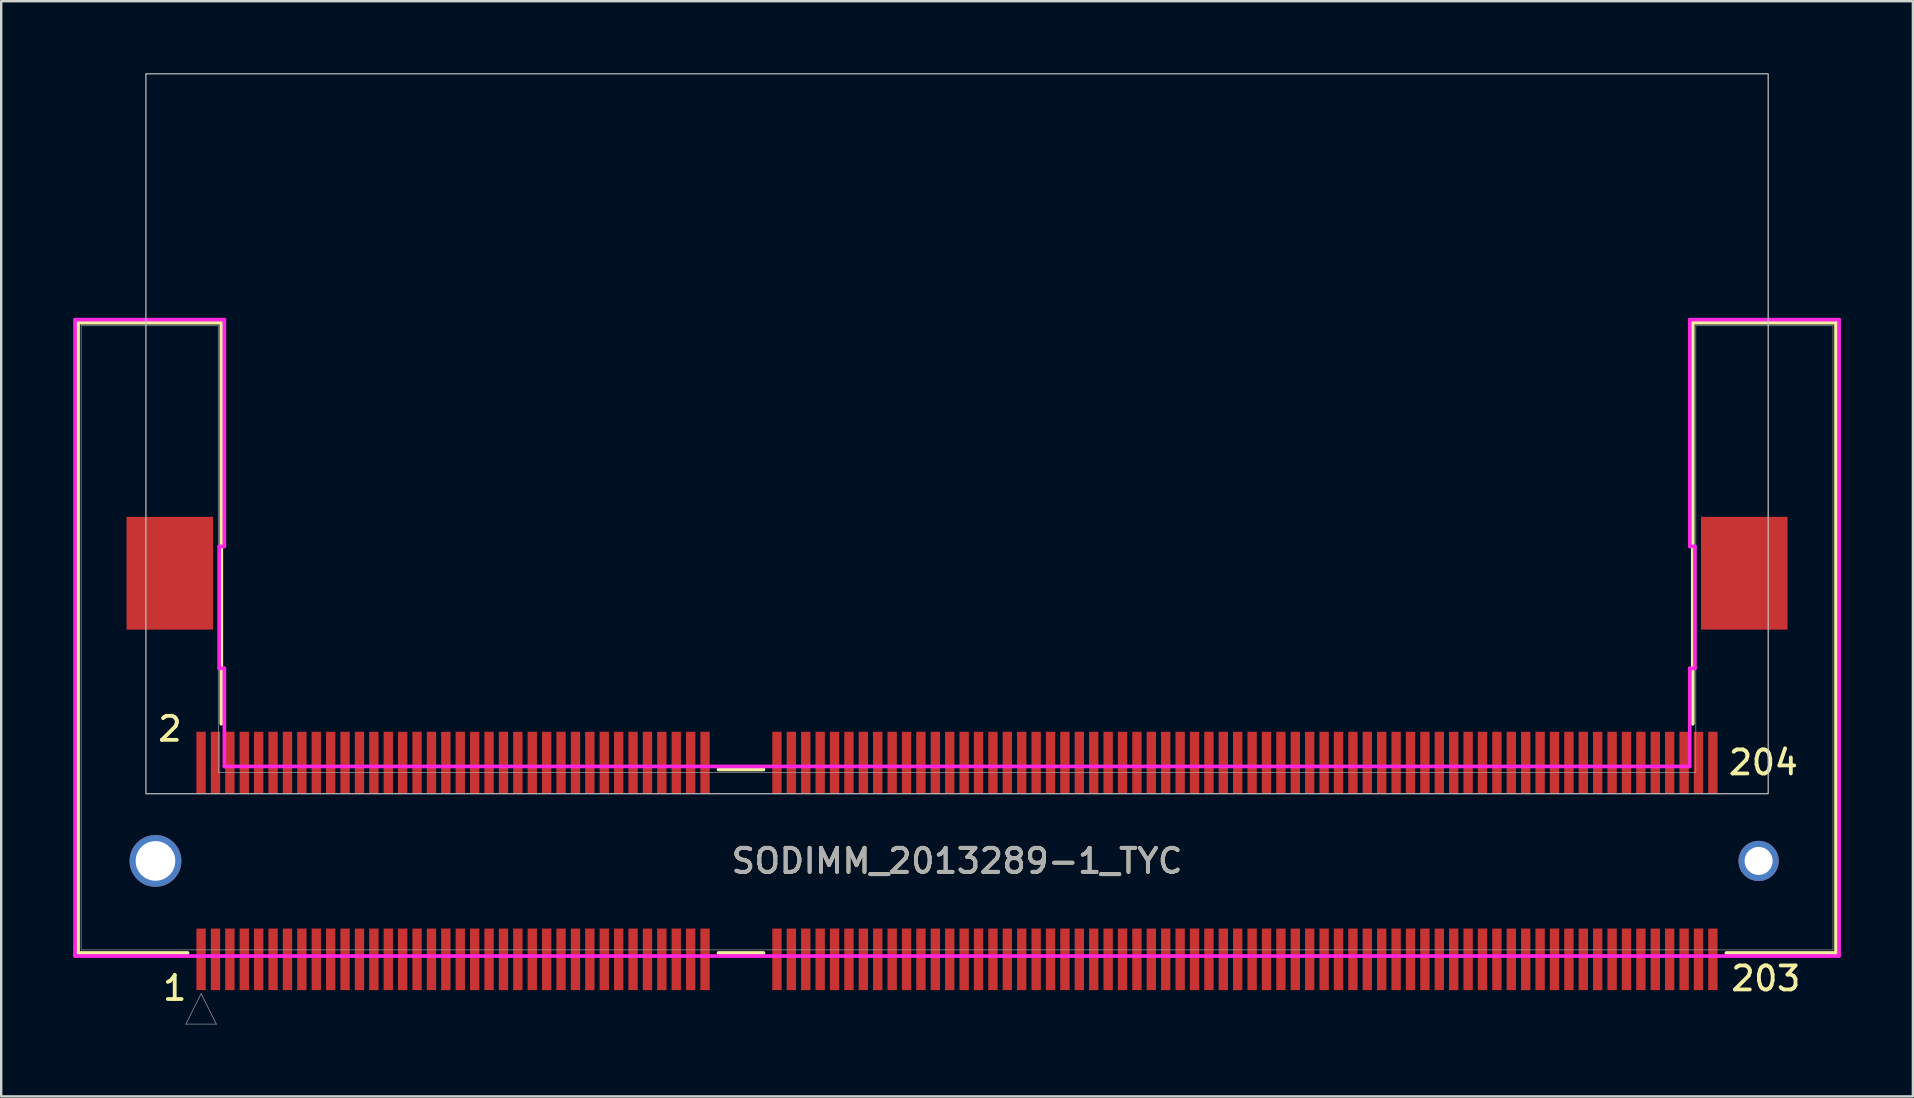
<source format=kicad_pcb>
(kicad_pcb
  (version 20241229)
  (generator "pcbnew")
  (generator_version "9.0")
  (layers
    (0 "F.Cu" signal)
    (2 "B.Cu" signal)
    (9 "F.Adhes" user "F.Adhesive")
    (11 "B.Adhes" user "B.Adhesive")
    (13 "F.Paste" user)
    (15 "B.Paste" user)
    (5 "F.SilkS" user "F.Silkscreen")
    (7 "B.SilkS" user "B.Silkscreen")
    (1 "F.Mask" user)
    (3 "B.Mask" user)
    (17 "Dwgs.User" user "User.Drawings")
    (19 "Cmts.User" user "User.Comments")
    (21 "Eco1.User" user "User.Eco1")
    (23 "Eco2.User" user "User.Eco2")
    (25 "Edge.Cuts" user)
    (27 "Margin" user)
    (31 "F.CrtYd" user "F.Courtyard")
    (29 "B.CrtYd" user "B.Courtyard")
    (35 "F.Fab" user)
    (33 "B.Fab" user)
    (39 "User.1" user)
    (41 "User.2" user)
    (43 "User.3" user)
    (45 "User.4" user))
  (footprint "SODIMM_2013289-1_TYC"
    (layer "F.Cu")
    (at 36.83 32.825)
    (property "Reference" "SODIMM_2013289-1_TYC" (at 0 0 0) (unlocked yes) (layer "F.SilkS") (effects (font (size 1 1) (thickness 0.16))))
    (attr smd)
    (fp_line (start -36.627 -22.428) (end -30.658 -22.428) (stroke (width 0.152) (type solid)) (layer "F.SilkS"))
    (fp_line (start -36.627 3.835) (end -36.627 -22.428) (stroke (width 0.152) (type solid)) (layer "F.SilkS"))
    (fp_line (start -32.063 3.835) (end -36.627 3.835) (stroke (width 0.152) (type solid)) (layer "F.SilkS"))
    (fp_line (start -30.658 -22.428) (end -30.658 -5.715) (stroke (width 0.152) (type solid)) (layer "F.SilkS"))
    (fp_line (start -9.94 -3.81) (end -8.065 -3.81) (stroke (width 0.152) (type solid)) (layer "F.SilkS"))
    (fp_line (start -8.065 3.835) (end -9.94 3.835) (stroke (width 0.152) (type solid)) (layer "F.SilkS"))
    (fp_line (start 30.658 -22.428) (end 36.627 -22.428) (stroke (width 0.152) (type solid)) (layer "F.SilkS"))
    (fp_line (start 30.658 -5.715) (end 30.658 -22.428) (stroke (width 0.152) (type solid)) (layer "F.SilkS"))
    (fp_line (start 36.627 -22.428) (end 36.627 3.835) (stroke (width 0.152) (type solid)) (layer "F.SilkS"))
    (fp_line (start 36.627 3.835) (end 32.057 3.835) (stroke (width 0.152) (type solid)) (layer "F.SilkS"))
    (fp_rect (start -33.8 -32.8) (end 33.8 -2.8) (stroke (width 0.05) (type default)) (fill no) (layer "Dwgs.User"))
    (fp_line (start -36.754 -22.555) (end -30.531 -22.555) (stroke (width 0.152) (type solid)) (layer "F.CrtYd"))
    (fp_line (start -36.754 3.962) (end -36.754 -22.555) (stroke (width 0.152) (type solid)) (layer "F.CrtYd"))
    (fp_line (start -30.747 -13.106) (end -30.747 -8.026) (stroke (width 0.152) (type solid)) (layer "F.CrtYd"))
    (fp_line (start -30.747 -8.026) (end -30.531 -8.026) (stroke (width 0.152) (type solid)) (layer "F.CrtYd"))
    (fp_line (start -30.531 -22.555) (end -30.531 -13.106) (stroke (width 0.152) (type solid)) (layer "F.CrtYd"))
    (fp_line (start -30.531 -13.106) (end -30.747 -13.106) (stroke (width 0.152) (type solid)) (layer "F.CrtYd"))
    (fp_line (start -30.531 -8.026) (end -30.531 -3.937) (stroke (width 0.152) (type solid)) (layer "F.CrtYd"))
    (fp_line (start -30.531 -3.937) (end 30.531 -3.937) (stroke (width 0.152) (type solid)) (layer "F.CrtYd"))
    (fp_line (start 30.531 -22.555) (end 36.754 -22.555) (stroke (width 0.152) (type solid)) (layer "F.CrtYd"))
    (fp_line (start 30.531 -13.106) (end 30.531 -22.555) (stroke (width 0.152) (type solid)) (layer "F.CrtYd"))
    (fp_line (start 30.531 -8.026) (end 30.747 -8.026) (stroke (width 0.152) (type solid)) (layer "F.CrtYd"))
    (fp_line (start 30.531 -3.937) (end 30.531 -8.026) (stroke (width 0.152) (type solid)) (layer "F.CrtYd"))
    (fp_line (start 30.747 -13.106) (end 30.531 -13.106) (stroke (width 0.152) (type solid)) (layer "F.CrtYd"))
    (fp_line (start 30.747 -8.026) (end 30.747 -13.106) (stroke (width 0.152) (type solid)) (layer "F.CrtYd"))
    (fp_line (start 36.754 -22.555) (end 36.754 3.962) (stroke (width 0.152) (type solid)) (layer "F.CrtYd"))
    (fp_line (start 36.754 3.962) (end -36.754 3.962) (stroke (width 0.152) (type solid)) (layer "F.CrtYd"))
    (fp_line (start -36.5 -22.301) (end -30.785 -22.301) (stroke (width 0.025) (type solid)) (layer "F.Fab"))
    (fp_line (start -36.5 3.708) (end -36.5 -22.301) (stroke (width 0.025) (type solid)) (layer "F.Fab"))
    (fp_line (start -32.135 6.8) (end -31.5 5.53) (stroke (width 0.025) (type solid)) (layer "F.Fab"))
    (fp_line (start -31.5 5.53) (end -30.865 6.8) (stroke (width 0.025) (type solid)) (layer "F.Fab"))
    (fp_line (start -30.865 6.8) (end -32.135 6.8) (stroke (width 0.025) (type solid)) (layer "F.Fab"))
    (fp_line (start -30.785 -22.301) (end -30.785 -3.683) (stroke (width 0.025) (type solid)) (layer "F.Fab"))
    (fp_line (start -30.785 -3.683) (end 30.785 -3.683) (stroke (width 0.025) (type solid)) (layer "F.Fab"))
    (fp_line (start 30.785 -22.301) (end 36.5 -22.301) (stroke (width 0.025) (type solid)) (layer "F.Fab"))
    (fp_line (start 30.785 -3.683) (end 30.785 -22.301) (stroke (width 0.025) (type solid)) (layer "F.Fab"))
    (fp_line (start 36.5 -22.301) (end 36.5 3.708) (stroke (width 0.025) (type solid)) (layer "F.Fab"))
    (fp_line (start 36.5 3.708) (end -36.5 3.708) (stroke (width 0.025) (type solid)) (layer "F.Fab"))
    (fp_text user "1" (at -32.6 5.3 0) (unlocked yes) (layer "F.SilkS") (effects (font (size 1 1) (thickness 0.16))))
    (fp_text user "2" (at -32.8 -5.5 0) (unlocked yes) (layer "F.SilkS") (effects (font (size 1 1) (thickness 0.16))))
    (fp_text user "204" (at 33.6 -4.1 0) (unlocked yes) (layer "F.SilkS") (effects (font (size 1 1) (thickness 0.16))))
    (fp_text user "203" (at 33.7 4.9 0) (unlocked yes) (layer "F.SilkS") (effects (font (size 1 1) (thickness 0.16))))
    (fp_text user "${REFERENCE}" (at 0 0 0) (unlocked yes) (layer "F.Fab") (effects (font (size 1 1) (thickness 0.16))))
    (pad "" smd rect (at -33.8 -13.3) (size 1.4 1.9) (layers "F.Paste"))
    (pad "" smd rect (at -33.8 -10.7) (size 1.4 1.9) (layers "F.Paste"))
    (pad "" smd rect (at -31.8 -13.3) (size 1.4 1.9) (layers "F.Paste"))
    (pad "" smd rect (at -31.8 -10.7) (size 1.4 1.9) (layers "F.Paste"))
    (pad "" smd rect (at 31.8 -13.3) (size 1.4 1.9) (layers "F.Paste"))
    (pad "" smd rect (at 31.8 -10.7) (size 1.4 1.9) (layers "F.Paste"))
    (pad "" smd rect (at 33.8 -13.3) (size 1.4 1.9) (layers "F.Paste"))
    (pad "" smd rect (at 33.8 -10.7) (size 1.4 1.9) (layers "F.Paste"))
    (pad "1" smd rect (at -31.501 4.1) (size 0.39 2.565) (layers "F.Cu" "F.Mask" "F.Paste"))
    (pad "2" smd rect (at -31.501 -4.1) (size 0.39 2.565) (layers "F.Cu" "F.Mask" "F.Paste"))
    (pad "3" smd rect (at -30.901 4.1) (size 0.39 2.565) (layers "F.Cu" "F.Mask" "F.Paste"))
    (pad "4" smd rect (at -30.901 -4.1) (size 0.39 2.565) (layers "F.Cu" "F.Mask" "F.Paste"))
    (pad "5" smd rect (at -30.301 4.1) (size 0.39 2.565) (layers "F.Cu" "F.Mask" "F.Paste"))
    (pad "6" smd rect (at -30.301 -4.1) (size 0.39 2.565) (layers "F.Cu" "F.Mask" "F.Paste"))
    (pad "7" smd rect (at -29.701 4.1) (size 0.39 2.565) (layers "F.Cu" "F.Mask" "F.Paste"))
    (pad "8" smd rect (at -29.701 -4.1) (size 0.39 2.565) (layers "F.Cu" "F.Mask" "F.Paste"))
    (pad "9" smd rect (at -29.101 4.1) (size 0.39 2.565) (layers "F.Cu" "F.Mask" "F.Paste"))
    (pad "10" smd rect (at -29.101 -4.1) (size 0.39 2.565) (layers "F.Cu" "F.Mask" "F.Paste"))
    (pad "11" smd rect (at -28.501 4.1) (size 0.39 2.565) (layers "F.Cu" "F.Mask" "F.Paste"))
    (pad "12" smd rect (at -28.501 -4.1) (size 0.39 2.565) (layers "F.Cu" "F.Mask" "F.Paste"))
    (pad "13" smd rect (at -27.901 4.1) (size 0.39 2.565) (layers "F.Cu" "F.Mask" "F.Paste"))
    (pad "14" smd rect (at -27.901 -4.1) (size 0.39 2.565) (layers "F.Cu" "F.Mask" "F.Paste"))
    (pad "15" smd rect (at -27.301 4.1) (size 0.39 2.565) (layers "F.Cu" "F.Mask" "F.Paste"))
    (pad "16" smd rect (at -27.301 -4.1) (size 0.39 2.565) (layers "F.Cu" "F.Mask" "F.Paste"))
    (pad "17" smd rect (at -26.701 4.1) (size 0.39 2.565) (layers "F.Cu" "F.Mask" "F.Paste"))
    (pad "18" smd rect (at -26.701 -4.1) (size 0.39 2.565) (layers "F.Cu" "F.Mask" "F.Paste"))
    (pad "19" smd rect (at -26.101 4.1) (size 0.39 2.565) (layers "F.Cu" "F.Mask" "F.Paste"))
    (pad "20" smd rect (at -26.101 -4.1) (size 0.39 2.565) (layers "F.Cu" "F.Mask" "F.Paste"))
    (pad "21" smd rect (at -25.501 4.1) (size 0.39 2.565) (layers "F.Cu" "F.Mask" "F.Paste"))
    (pad "22" smd rect (at -25.501 -4.1) (size 0.39 2.565) (layers "F.Cu" "F.Mask" "F.Paste"))
    (pad "23" smd rect (at -24.901 4.1) (size 0.39 2.565) (layers "F.Cu" "F.Mask" "F.Paste"))
    (pad "24" smd rect (at -24.901 -4.1) (size 0.39 2.565) (layers "F.Cu" "F.Mask" "F.Paste"))
    (pad "25" smd rect (at -24.301 4.1) (size 0.39 2.565) (layers "F.Cu" "F.Mask" "F.Paste"))
    (pad "26" smd rect (at -24.301 -4.1) (size 0.39 2.565) (layers "F.Cu" "F.Mask" "F.Paste"))
    (pad "27" smd rect (at -23.701 4.1) (size 0.39 2.565) (layers "F.Cu" "F.Mask" "F.Paste"))
    (pad "28" smd rect (at -23.701 -4.1) (size 0.39 2.565) (layers "F.Cu" "F.Mask" "F.Paste"))
    (pad "29" smd rect (at -23.101 4.1) (size 0.39 2.565) (layers "F.Cu" "F.Mask" "F.Paste"))
    (pad "30" smd rect (at -23.101 -4.1) (size 0.39 2.565) (layers "F.Cu" "F.Mask" "F.Paste"))
    (pad "31" smd rect (at -22.501 4.1) (size 0.39 2.565) (layers "F.Cu" "F.Mask" "F.Paste"))
    (pad "32" smd rect (at -22.501 -4.1) (size 0.39 2.565) (layers "F.Cu" "F.Mask" "F.Paste"))
    (pad "33" smd rect (at -21.901 4.1) (size 0.39 2.565) (layers "F.Cu" "F.Mask" "F.Paste"))
    (pad "34" smd rect (at -21.901 -4.1) (size 0.39 2.565) (layers "F.Cu" "F.Mask" "F.Paste"))
    (pad "35" smd rect (at -21.301 4.1) (size 0.39 2.565) (layers "F.Cu" "F.Mask" "F.Paste"))
    (pad "36" smd rect (at -21.301 -4.1) (size 0.39 2.565) (layers "F.Cu" "F.Mask" "F.Paste"))
    (pad "37" smd rect (at -20.701 4.1) (size 0.39 2.565) (layers "F.Cu" "F.Mask" "F.Paste"))
    (pad "38" smd rect (at -20.701 -4.1) (size 0.39 2.565) (layers "F.Cu" "F.Mask" "F.Paste"))
    (pad "39" smd rect (at -20.101 4.1) (size 0.39 2.565) (layers "F.Cu" "F.Mask" "F.Paste"))
    (pad "40" smd rect (at -20.101 -4.1) (size 0.39 2.565) (layers "F.Cu" "F.Mask" "F.Paste"))
    (pad "41" smd rect (at -19.501 4.1) (size 0.39 2.565) (layers "F.Cu" "F.Mask" "F.Paste"))
    (pad "42" smd rect (at -19.501 -4.1) (size 0.39 2.565) (layers "F.Cu" "F.Mask" "F.Paste"))
    (pad "43" smd rect (at -18.901 4.1) (size 0.39 2.565) (layers "F.Cu" "F.Mask" "F.Paste"))
    (pad "44" smd rect (at -18.901 -4.1) (size 0.39 2.565) (layers "F.Cu" "F.Mask" "F.Paste"))
    (pad "45" smd rect (at -18.301 4.1) (size 0.39 2.565) (layers "F.Cu" "F.Mask" "F.Paste"))
    (pad "46" smd rect (at -18.301 -4.1) (size 0.39 2.565) (layers "F.Cu" "F.Mask" "F.Paste"))
    (pad "47" smd rect (at -17.701 4.1) (size 0.39 2.565) (layers "F.Cu" "F.Mask" "F.Paste"))
    (pad "48" smd rect (at -17.701 -4.1) (size 0.39 2.565) (layers "F.Cu" "F.Mask" "F.Paste"))
    (pad "49" smd rect (at -17.101 4.1) (size 0.39 2.565) (layers "F.Cu" "F.Mask" "F.Paste"))
    (pad "50" smd rect (at -17.101 -4.1) (size 0.39 2.565) (layers "F.Cu" "F.Mask" "F.Paste"))
    (pad "51" smd rect (at -16.501 4.1) (size 0.39 2.565) (layers "F.Cu" "F.Mask" "F.Paste"))
    (pad "52" smd rect (at -16.501 -4.1) (size 0.39 2.565) (layers "F.Cu" "F.Mask" "F.Paste"))
    (pad "53" smd rect (at -15.901 4.1) (size 0.39 2.565) (layers "F.Cu" "F.Mask" "F.Paste"))
    (pad "54" smd rect (at -15.901 -4.1) (size 0.39 2.565) (layers "F.Cu" "F.Mask" "F.Paste"))
    (pad "55" smd rect (at -15.301 4.1) (size 0.39 2.565) (layers "F.Cu" "F.Mask" "F.Paste"))
    (pad "56" smd rect (at -15.301 -4.1) (size 0.39 2.565) (layers "F.Cu" "F.Mask" "F.Paste"))
    (pad "57" smd rect (at -14.701 4.1) (size 0.39 2.565) (layers "F.Cu" "F.Mask" "F.Paste"))
    (pad "58" smd rect (at -14.701 -4.1) (size 0.39 2.565) (layers "F.Cu" "F.Mask" "F.Paste"))
    (pad "59" smd rect (at -14.101 4.1) (size 0.39 2.565) (layers "F.Cu" "F.Mask" "F.Paste"))
    (pad "60" smd rect (at -14.101 -4.1) (size 0.39 2.565) (layers "F.Cu" "F.Mask" "F.Paste"))
    (pad "61" smd rect (at -13.501 4.1) (size 0.39 2.565) (layers "F.Cu" "F.Mask" "F.Paste"))
    (pad "62" smd rect (at -13.501 -4.1) (size 0.39 2.565) (layers "F.Cu" "F.Mask" "F.Paste"))
    (pad "63" smd rect (at -12.901 4.1) (size 0.39 2.565) (layers "F.Cu" "F.Mask" "F.Paste"))
    (pad "64" smd rect (at -12.901 -4.1) (size 0.39 2.565) (layers "F.Cu" "F.Mask" "F.Paste"))
    (pad "65" smd rect (at -12.301 4.1) (size 0.39 2.565) (layers "F.Cu" "F.Mask" "F.Paste"))
    (pad "66" smd rect (at -12.301 -4.1) (size 0.39 2.565) (layers "F.Cu" "F.Mask" "F.Paste"))
    (pad "67" smd rect (at -11.701 4.1) (size 0.39 2.565) (layers "F.Cu" "F.Mask" "F.Paste"))
    (pad "68" smd rect (at -11.701 -4.1) (size 0.39 2.565) (layers "F.Cu" "F.Mask" "F.Paste"))
    (pad "69" smd rect (at -11.101 4.1) (size 0.39 2.565) (layers "F.Cu" "F.Mask" "F.Paste"))
    (pad "70" smd rect (at -11.101 -4.1) (size 0.39 2.565) (layers "F.Cu" "F.Mask" "F.Paste"))
    (pad "71" smd rect (at -10.501 4.1) (size 0.39 2.565) (layers "F.Cu" "F.Mask" "F.Paste"))
    (pad "72" smd rect (at -10.501 -4.1) (size 0.39 2.565) (layers "F.Cu" "F.Mask" "F.Paste"))
    (pad "73" smd rect (at -7.504 4.1) (size 0.39 2.565) (layers "F.Cu" "F.Mask" "F.Paste"))
    (pad "74" smd rect (at -7.504 -4.1) (size 0.39 2.565) (layers "F.Cu" "F.Mask" "F.Paste"))
    (pad "75" smd rect (at -6.904 4.1) (size 0.39 2.565) (layers "F.Cu" "F.Mask" "F.Paste"))
    (pad "76" smd rect (at -6.904 -4.1) (size 0.39 2.565) (layers "F.Cu" "F.Mask" "F.Paste"))
    (pad "77" smd rect (at -6.304 4.1) (size 0.39 2.565) (layers "F.Cu" "F.Mask" "F.Paste"))
    (pad "78" smd rect (at -6.304 -4.1) (size 0.39 2.565) (layers "F.Cu" "F.Mask" "F.Paste"))
    (pad "79" smd rect (at -5.704 4.1) (size 0.39 2.565) (layers "F.Cu" "F.Mask" "F.Paste"))
    (pad "80" smd rect (at -5.704 -4.1) (size 0.39 2.565) (layers "F.Cu" "F.Mask" "F.Paste"))
    (pad "81" smd rect (at -5.104 4.1) (size 0.39 2.565) (layers "F.Cu" "F.Mask" "F.Paste"))
    (pad "82" smd rect (at -5.104 -4.1) (size 0.39 2.565) (layers "F.Cu" "F.Mask" "F.Paste"))
    (pad "83" smd rect (at -4.504 4.1) (size 0.39 2.565) (layers "F.Cu" "F.Mask" "F.Paste"))
    (pad "84" smd rect (at -4.504 -4.1) (size 0.39 2.565) (layers "F.Cu" "F.Mask" "F.Paste"))
    (pad "85" smd rect (at -3.904 4.1) (size 0.39 2.565) (layers "F.Cu" "F.Mask" "F.Paste"))
    (pad "86" smd rect (at -3.904 -4.1) (size 0.39 2.565) (layers "F.Cu" "F.Mask" "F.Paste"))
    (pad "87" smd rect (at -3.304 4.1) (size 0.39 2.565) (layers "F.Cu" "F.Mask" "F.Paste"))
    (pad "88" smd rect (at -3.304 -4.1) (size 0.39 2.565) (layers "F.Cu" "F.Mask" "F.Paste"))
    (pad "89" smd rect (at -2.704 4.1) (size 0.39 2.565) (layers "F.Cu" "F.Mask" "F.Paste"))
    (pad "90" smd rect (at -2.704 -4.1) (size 0.39 2.565) (layers "F.Cu" "F.Mask" "F.Paste"))
    (pad "91" smd rect (at -2.104 4.1) (size 0.39 2.565) (layers "F.Cu" "F.Mask" "F.Paste"))
    (pad "92" smd rect (at -2.104 -4.1) (size 0.39 2.565) (layers "F.Cu" "F.Mask" "F.Paste"))
    (pad "93" smd rect (at -1.504 4.1) (size 0.39 2.565) (layers "F.Cu" "F.Mask" "F.Paste"))
    (pad "94" smd rect (at -1.504 -4.1) (size 0.39 2.565) (layers "F.Cu" "F.Mask" "F.Paste"))
    (pad "95" smd rect (at -0.904 4.1) (size 0.39 2.565) (layers "F.Cu" "F.Mask" "F.Paste"))
    (pad "96" smd rect (at -0.904 -4.1) (size 0.39 2.565) (layers "F.Cu" "F.Mask" "F.Paste"))
    (pad "97" smd rect (at -0.304 4.1) (size 0.39 2.565) (layers "F.Cu" "F.Mask" "F.Paste"))
    (pad "98" smd rect (at -0.304 -4.1) (size 0.39 2.565) (layers "F.Cu" "F.Mask" "F.Paste"))
    (pad "99" smd rect (at 0.296 4.1) (size 0.39 2.565) (layers "F.Cu" "F.Mask" "F.Paste"))
    (pad "100" smd rect (at 0.296 -4.1) (size 0.39 2.565) (layers "F.Cu" "F.Mask" "F.Paste"))
    (pad "101" smd rect (at 0.896 4.1) (size 0.39 2.565) (layers "F.Cu" "F.Mask" "F.Paste"))
    (pad "102" smd rect (at 0.896 -4.1) (size 0.39 2.565) (layers "F.Cu" "F.Mask" "F.Paste"))
    (pad "103" smd rect (at 1.496 4.1) (size 0.39 2.565) (layers "F.Cu" "F.Mask" "F.Paste"))
    (pad "104" smd rect (at 1.496 -4.1) (size 0.39 2.565) (layers "F.Cu" "F.Mask" "F.Paste"))
    (pad "105" smd rect (at 2.096 4.1) (size 0.39 2.565) (layers "F.Cu" "F.Mask" "F.Paste"))
    (pad "106" smd rect (at 2.096 -4.1) (size 0.39 2.565) (layers "F.Cu" "F.Mask" "F.Paste"))
    (pad "107" smd rect (at 2.696 4.1) (size 0.39 2.565) (layers "F.Cu" "F.Mask" "F.Paste"))
    (pad "108" smd rect (at 2.696 -4.1) (size 0.39 2.565) (layers "F.Cu" "F.Mask" "F.Paste"))
    (pad "109" smd rect (at 3.296 4.1) (size 0.39 2.565) (layers "F.Cu" "F.Mask" "F.Paste"))
    (pad "110" smd rect (at 3.296 -4.1) (size 0.39 2.565) (layers "F.Cu" "F.Mask" "F.Paste"))
    (pad "111" smd rect (at 3.896 4.1) (size 0.39 2.565) (layers "F.Cu" "F.Mask" "F.Paste"))
    (pad "112" smd rect (at 3.896 -4.1) (size 0.39 2.565) (layers "F.Cu" "F.Mask" "F.Paste"))
    (pad "113" smd rect (at 4.496 4.1) (size 0.39 2.565) (layers "F.Cu" "F.Mask" "F.Paste"))
    (pad "114" smd rect (at 4.496 -4.1) (size 0.39 2.565) (layers "F.Cu" "F.Mask" "F.Paste"))
    (pad "115" smd rect (at 5.096 4.1) (size 0.39 2.565) (layers "F.Cu" "F.Mask" "F.Paste"))
    (pad "116" smd rect (at 5.096 -4.1) (size 0.39 2.565) (layers "F.Cu" "F.Mask" "F.Paste"))
    (pad "117" smd rect (at 5.696 4.1) (size 0.39 2.565) (layers "F.Cu" "F.Mask" "F.Paste"))
    (pad "118" smd rect (at 5.696 -4.1) (size 0.39 2.565) (layers "F.Cu" "F.Mask" "F.Paste"))
    (pad "119" smd rect (at 6.296 4.1) (size 0.39 2.565) (layers "F.Cu" "F.Mask" "F.Paste"))
    (pad "120" smd rect (at 6.296 -4.1) (size 0.39 2.565) (layers "F.Cu" "F.Mask" "F.Paste"))
    (pad "121" smd rect (at 6.896 4.1) (size 0.39 2.565) (layers "F.Cu" "F.Mask" "F.Paste"))
    (pad "122" smd rect (at 6.896 -4.1) (size 0.39 2.565) (layers "F.Cu" "F.Mask" "F.Paste"))
    (pad "123" smd rect (at 7.496 4.1) (size 0.39 2.565) (layers "F.Cu" "F.Mask" "F.Paste"))
    (pad "124" smd rect (at 7.496 -4.1) (size 0.39 2.565) (layers "F.Cu" "F.Mask" "F.Paste"))
    (pad "125" smd rect (at 8.096 4.1) (size 0.39 2.565) (layers "F.Cu" "F.Mask" "F.Paste"))
    (pad "126" smd rect (at 8.096 -4.1) (size 0.39 2.565) (layers "F.Cu" "F.Mask" "F.Paste"))
    (pad "127" smd rect (at 8.696 4.1) (size 0.39 2.565) (layers "F.Cu" "F.Mask" "F.Paste"))
    (pad "128" smd rect (at 8.696 -4.1) (size 0.39 2.565) (layers "F.Cu" "F.Mask" "F.Paste"))
    (pad "129" smd rect (at 9.296 4.1) (size 0.39 2.565) (layers "F.Cu" "F.Mask" "F.Paste"))
    (pad "130" smd rect (at 9.296 -4.1) (size 0.39 2.565) (layers "F.Cu" "F.Mask" "F.Paste"))
    (pad "131" smd rect (at 9.896 4.1) (size 0.39 2.565) (layers "F.Cu" "F.Mask" "F.Paste"))
    (pad "132" smd rect (at 9.896 -4.1) (size 0.39 2.565) (layers "F.Cu" "F.Mask" "F.Paste"))
    (pad "133" smd rect (at 10.496 4.1) (size 0.39 2.565) (layers "F.Cu" "F.Mask" "F.Paste"))
    (pad "134" smd rect (at 10.496 -4.1) (size 0.39 2.565) (layers "F.Cu" "F.Mask" "F.Paste"))
    (pad "135" smd rect (at 11.096 4.1) (size 0.39 2.565) (layers "F.Cu" "F.Mask" "F.Paste"))
    (pad "136" smd rect (at 11.096 -4.1) (size 0.39 2.565) (layers "F.Cu" "F.Mask" "F.Paste"))
    (pad "137" smd rect (at 11.696 4.1) (size 0.39 2.565) (layers "F.Cu" "F.Mask" "F.Paste"))
    (pad "138" smd rect (at 11.696 -4.1) (size 0.39 2.565) (layers "F.Cu" "F.Mask" "F.Paste"))
    (pad "139" smd rect (at 12.296 4.1) (size 0.39 2.565) (layers "F.Cu" "F.Mask" "F.Paste"))
    (pad "140" smd rect (at 12.296 -4.1) (size 0.39 2.565) (layers "F.Cu" "F.Mask" "F.Paste"))
    (pad "141" smd rect (at 12.896 4.1) (size 0.39 2.565) (layers "F.Cu" "F.Mask" "F.Paste"))
    (pad "142" smd rect (at 12.896 -4.1) (size 0.39 2.565) (layers "F.Cu" "F.Mask" "F.Paste"))
    (pad "143" smd rect (at 13.496 4.1) (size 0.39 2.565) (layers "F.Cu" "F.Mask" "F.Paste"))
    (pad "144" smd rect (at 13.496 -4.1) (size 0.39 2.565) (layers "F.Cu" "F.Mask" "F.Paste"))
    (pad "145" smd rect (at 14.096 4.1) (size 0.39 2.565) (layers "F.Cu" "F.Mask" "F.Paste"))
    (pad "146" smd rect (at 14.096 -4.1) (size 0.39 2.565) (layers "F.Cu" "F.Mask" "F.Paste"))
    (pad "147" smd rect (at 14.696 4.1) (size 0.39 2.565) (layers "F.Cu" "F.Mask" "F.Paste"))
    (pad "148" smd rect (at 14.696 -4.1) (size 0.39 2.565) (layers "F.Cu" "F.Mask" "F.Paste"))
    (pad "149" smd rect (at 15.296 4.1) (size 0.39 2.565) (layers "F.Cu" "F.Mask" "F.Paste"))
    (pad "150" smd rect (at 15.296 -4.1) (size 0.39 2.565) (layers "F.Cu" "F.Mask" "F.Paste"))
    (pad "151" smd rect (at 15.896 4.1) (size 0.39 2.565) (layers "F.Cu" "F.Mask" "F.Paste"))
    (pad "152" smd rect (at 15.896 -4.1) (size 0.39 2.565) (layers "F.Cu" "F.Mask" "F.Paste"))
    (pad "153" smd rect (at 16.496 4.1) (size 0.39 2.565) (layers "F.Cu" "F.Mask" "F.Paste"))
    (pad "154" smd rect (at 16.496 -4.1) (size 0.39 2.565) (layers "F.Cu" "F.Mask" "F.Paste"))
    (pad "155" smd rect (at 17.096 4.1) (size 0.39 2.565) (layers "F.Cu" "F.Mask" "F.Paste"))
    (pad "156" smd rect (at 17.096 -4.1) (size 0.39 2.565) (layers "F.Cu" "F.Mask" "F.Paste"))
    (pad "157" smd rect (at 17.696 4.1) (size 0.39 2.565) (layers "F.Cu" "F.Mask" "F.Paste"))
    (pad "158" smd rect (at 17.696 -4.1) (size 0.39 2.565) (layers "F.Cu" "F.Mask" "F.Paste"))
    (pad "159" smd rect (at 18.296 4.1) (size 0.39 2.565) (layers "F.Cu" "F.Mask" "F.Paste"))
    (pad "160" smd rect (at 18.296 -4.1) (size 0.39 2.565) (layers "F.Cu" "F.Mask" "F.Paste"))
    (pad "161" smd rect (at 18.896 4.1) (size 0.39 2.565) (layers "F.Cu" "F.Mask" "F.Paste"))
    (pad "162" smd rect (at 18.896 -4.1) (size 0.39 2.565) (layers "F.Cu" "F.Mask" "F.Paste"))
    (pad "163" smd rect (at 19.496 4.1) (size 0.39 2.565) (layers "F.Cu" "F.Mask" "F.Paste"))
    (pad "164" smd rect (at 19.496 -4.1) (size 0.39 2.565) (layers "F.Cu" "F.Mask" "F.Paste"))
    (pad "165" smd rect (at 20.096 4.1) (size 0.39 2.565) (layers "F.Cu" "F.Mask" "F.Paste"))
    (pad "166" smd rect (at 20.096 -4.1) (size 0.39 2.565) (layers "F.Cu" "F.Mask" "F.Paste"))
    (pad "167" smd rect (at 20.696 4.1) (size 0.39 2.565) (layers "F.Cu" "F.Mask" "F.Paste"))
    (pad "168" smd rect (at 20.696 -4.1) (size 0.39 2.565) (layers "F.Cu" "F.Mask" "F.Paste"))
    (pad "169" smd rect (at 21.296 4.1) (size 0.39 2.565) (layers "F.Cu" "F.Mask" "F.Paste"))
    (pad "170" smd rect (at 21.296 -4.1) (size 0.39 2.565) (layers "F.Cu" "F.Mask" "F.Paste"))
    (pad "171" smd rect (at 21.896 4.1) (size 0.39 2.565) (layers "F.Cu" "F.Mask" "F.Paste"))
    (pad "172" smd rect (at 21.896 -4.1) (size 0.39 2.565) (layers "F.Cu" "F.Mask" "F.Paste"))
    (pad "173" smd rect (at 22.496 4.1) (size 0.39 2.565) (layers "F.Cu" "F.Mask" "F.Paste"))
    (pad "174" smd rect (at 22.496 -4.1) (size 0.39 2.565) (layers "F.Cu" "F.Mask" "F.Paste"))
    (pad "175" smd rect (at 23.096 4.1) (size 0.39 2.565) (layers "F.Cu" "F.Mask" "F.Paste"))
    (pad "176" smd rect (at 23.096 -4.1) (size 0.39 2.565) (layers "F.Cu" "F.Mask" "F.Paste"))
    (pad "177" smd rect (at 23.696 4.1) (size 0.39 2.565) (layers "F.Cu" "F.Mask" "F.Paste"))
    (pad "178" smd rect (at 23.696 -4.1) (size 0.39 2.565) (layers "F.Cu" "F.Mask" "F.Paste"))
    (pad "179" smd rect (at 24.296 4.1) (size 0.39 2.565) (layers "F.Cu" "F.Mask" "F.Paste"))
    (pad "180" smd rect (at 24.296 -4.1) (size 0.39 2.565) (layers "F.Cu" "F.Mask" "F.Paste"))
    (pad "181" smd rect (at 24.896 4.1) (size 0.39 2.565) (layers "F.Cu" "F.Mask" "F.Paste"))
    (pad "182" smd rect (at 24.896 -4.1) (size 0.39 2.565) (layers "F.Cu" "F.Mask" "F.Paste"))
    (pad "183" smd rect (at 25.496 4.1) (size 0.39 2.565) (layers "F.Cu" "F.Mask" "F.Paste"))
    (pad "184" smd rect (at 25.496 -4.1) (size 0.39 2.565) (layers "F.Cu" "F.Mask" "F.Paste"))
    (pad "185" smd rect (at 26.096 4.1) (size 0.39 2.565) (layers "F.Cu" "F.Mask" "F.Paste"))
    (pad "186" smd rect (at 26.096 -4.1) (size 0.39 2.565) (layers "F.Cu" "F.Mask" "F.Paste"))
    (pad "187" smd rect (at 26.696 4.1) (size 0.39 2.565) (layers "F.Cu" "F.Mask" "F.Paste"))
    (pad "188" smd rect (at 26.696 -4.1) (size 0.39 2.565) (layers "F.Cu" "F.Mask" "F.Paste"))
    (pad "189" smd rect (at 27.296 4.1) (size 0.39 2.565) (layers "F.Cu" "F.Mask" "F.Paste"))
    (pad "190" smd rect (at 27.296 -4.1) (size 0.39 2.565) (layers "F.Cu" "F.Mask" "F.Paste"))
    (pad "191" smd rect (at 27.896 4.1) (size 0.39 2.565) (layers "F.Cu" "F.Mask" "F.Paste"))
    (pad "192" smd rect (at 27.896 -4.1) (size 0.39 2.565) (layers "F.Cu" "F.Mask" "F.Paste"))
    (pad "193" smd rect (at 28.496 4.1) (size 0.39 2.565) (layers "F.Cu" "F.Mask" "F.Paste"))
    (pad "194" smd rect (at 28.496 -4.1) (size 0.39 2.565) (layers "F.Cu" "F.Mask" "F.Paste"))
    (pad "195" smd rect (at 29.096 4.1) (size 0.39 2.565) (layers "F.Cu" "F.Mask" "F.Paste"))
    (pad "196" smd rect (at 29.096 -4.1) (size 0.39 2.565) (layers "F.Cu" "F.Mask" "F.Paste"))
    (pad "197" smd rect (at 29.696 4.1) (size 0.39 2.565) (layers "F.Cu" "F.Mask" "F.Paste"))
    (pad "198" smd rect (at 29.696 -4.1) (size 0.39 2.565) (layers "F.Cu" "F.Mask" "F.Paste"))
    (pad "199" smd rect (at 30.296 4.1) (size 0.39 2.565) (layers "F.Cu" "F.Mask" "F.Paste"))
    (pad "200" smd rect (at 30.296 -4.1) (size 0.39 2.565) (layers "F.Cu" "F.Mask" "F.Paste"))
    (pad "201" smd rect (at 30.896 4.1) (size 0.39 2.565) (layers "F.Cu" "F.Mask" "F.Paste"))
    (pad "202" smd rect (at 30.896 -4.1) (size 0.39 2.565) (layers "F.Cu" "F.Mask" "F.Paste"))
    (pad "203" smd rect (at 31.496 4.1) (size 0.39 2.565) (layers "F.Cu" "F.Mask" "F.Paste"))
    (pad "204" smd rect (at 31.496 -4.1) (size 0.39 2.565) (layers "F.Cu" "F.Mask" "F.Paste"))
    (pad "205" thru_hole circle (at -33.401 0) (size 2.159 2.159) (drill 1.651) (layers "*.Cu" "*.Mask"))
    (pad "205" smd rect (at -32.804 -11.989) (size 3.607 4.699) (layers "F.Cu" "F.Mask"))
    (pad "206" smd rect (at 32.804 -11.989) (size 3.607 4.699) (layers "F.Cu" "F.Mask"))
    (pad "206" thru_hole circle (at 33.401 0) (size 1.676 1.676) (drill 1.168) (layers "*.Cu" "*.Mask")))
  (gr_rect
    (start -3 -3)
    (end 76.66 42.638)
    (stroke (width 0.1) (type default))
    (fill no)
    (layer "Edge.Cuts")))
</source>
